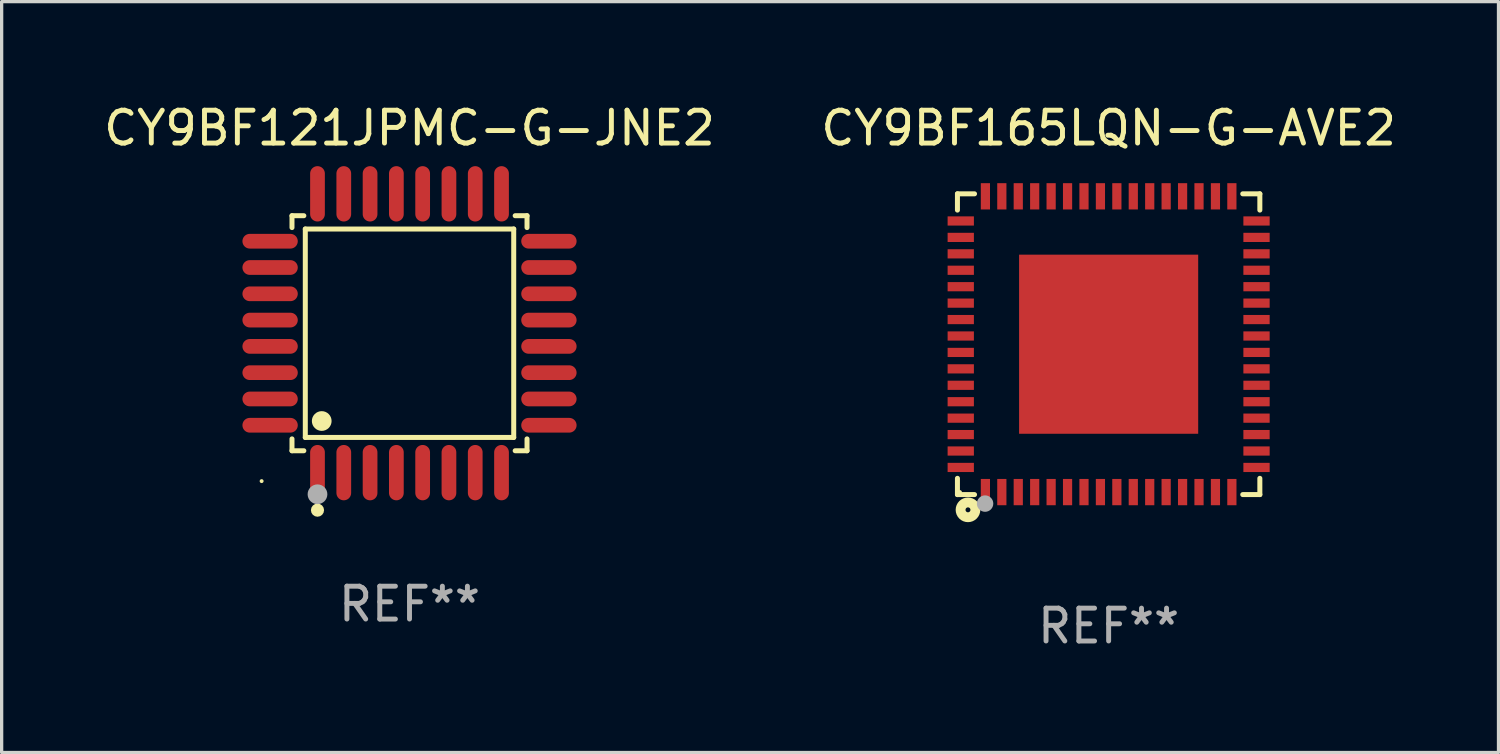
<source format=kicad_pcb>
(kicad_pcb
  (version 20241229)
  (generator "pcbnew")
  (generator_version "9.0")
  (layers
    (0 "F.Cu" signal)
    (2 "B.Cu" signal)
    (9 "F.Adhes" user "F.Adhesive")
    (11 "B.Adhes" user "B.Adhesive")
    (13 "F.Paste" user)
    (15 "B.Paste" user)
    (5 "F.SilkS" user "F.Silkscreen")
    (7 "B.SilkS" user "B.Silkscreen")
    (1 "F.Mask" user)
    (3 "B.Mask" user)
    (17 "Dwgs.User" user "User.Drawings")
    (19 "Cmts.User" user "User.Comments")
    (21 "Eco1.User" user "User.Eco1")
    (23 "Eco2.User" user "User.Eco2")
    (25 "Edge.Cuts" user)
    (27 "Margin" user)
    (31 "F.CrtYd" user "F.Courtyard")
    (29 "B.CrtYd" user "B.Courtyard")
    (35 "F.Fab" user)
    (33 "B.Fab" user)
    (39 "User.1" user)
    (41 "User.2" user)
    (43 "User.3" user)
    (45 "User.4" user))
  (footprint "CY9BF165LQN-G-AVE2"
    (layer "F.Cu")
    (at 30.685 7.424)
    (property "Reference" "CY9BF165LQN-G-AVE2" (at 0 -6.576 0) (layer "F.SilkS") (effects (font (size 1 1) (thickness 0.15))))
    (attr through_hole)
    (fp_line (start -4.601 -4.576) (end -4.081 -4.576) (stroke (width 0.152) (type solid)) (layer "F.SilkS"))
    (fp_line (start -4.601 -4.081) (end -4.601 -4.576) (stroke (width 0.152) (type solid)) (layer "F.SilkS"))
    (fp_line (start -4.601 4.081) (end -4.601 4.576) (stroke (width 0.152) (type solid)) (layer "F.SilkS"))
    (fp_line (start -4.601 4.576) (end -4.081 4.576) (stroke (width 0.152) (type solid)) (layer "F.SilkS"))
    (fp_line (start 4.601 -4.576) (end 4.081 -4.576) (stroke (width 0.152) (type solid)) (layer "F.SilkS"))
    (fp_line (start 4.601 -4.081) (end 4.601 -4.576) (stroke (width 0.152) (type solid)) (layer "F.SilkS"))
    (fp_line (start 4.601 4.081) (end 4.601 4.576) (stroke (width 0.152) (type solid)) (layer "F.SilkS"))
    (fp_line (start 4.601 4.576) (end 4.081 4.576) (stroke (width 0.152) (type solid)) (layer "F.SilkS"))
    (fp_circle (center -4.525 4.5) (end -4.495 4.5) (stroke (width 0.06) (type solid)) (fill no) (layer "F.SilkS"))
    (fp_circle (center -4.28 5.04) (end -4.205 5.04) (stroke (width 0.3) (type solid)) (fill no) (layer "F.SilkS"))
    (fp_circle (center -3.76 4.85) (end -3.635 4.85) (stroke (width 0.25) (type solid)) (fill no) (layer "F.Fab"))
    (fp_text user "REF**" (at 0 8.576 0) (layer "F.Fab") (effects (font (size 1 1) (thickness 0.15))))
    (pad "1" smd rect (at -3.75 4.5) (size 0.28 0.8) (layers "F.Cu" "F.Mask" "F.Paste"))
    (pad "2" smd rect (at -3.25 4.5) (size 0.28 0.8) (layers "F.Cu" "F.Mask" "F.Paste"))
    (pad "3" smd rect (at -2.75 4.5) (size 0.28 0.8) (layers "F.Cu" "F.Mask" "F.Paste"))
    (pad "4" smd rect (at -2.25 4.5) (size 0.28 0.8) (layers "F.Cu" "F.Mask" "F.Paste"))
    (pad "5" smd rect (at -1.75 4.5) (size 0.28 0.8) (layers "F.Cu" "F.Mask" "F.Paste"))
    (pad "6" smd rect (at -1.25 4.5) (size 0.28 0.8) (layers "F.Cu" "F.Mask" "F.Paste"))
    (pad "7" smd rect (at -0.75 4.5) (size 0.28 0.8) (layers "F.Cu" "F.Mask" "F.Paste"))
    (pad "8" smd rect (at -0.25 4.5) (size 0.28 0.8) (layers "F.Cu" "F.Mask" "F.Paste"))
    (pad "9" smd rect (at 0.25 4.5) (size 0.28 0.8) (layers "F.Cu" "F.Mask" "F.Paste"))
    (pad "10" smd rect (at 0.75 4.5) (size 0.28 0.8) (layers "F.Cu" "F.Mask" "F.Paste"))
    (pad "11" smd rect (at 1.25 4.5) (size 0.28 0.8) (layers "F.Cu" "F.Mask" "F.Paste"))
    (pad "12" smd rect (at 1.75 4.5) (size 0.28 0.8) (layers "F.Cu" "F.Mask" "F.Paste"))
    (pad "13" smd rect (at 2.25 4.5) (size 0.28 0.8) (layers "F.Cu" "F.Mask" "F.Paste"))
    (pad "14" smd rect (at 2.75 4.5) (size 0.28 0.8) (layers "F.Cu" "F.Mask" "F.Paste"))
    (pad "15" smd rect (at 3.25 4.5) (size 0.28 0.8) (layers "F.Cu" "F.Mask" "F.Paste"))
    (pad "16" smd rect (at 3.75 4.5) (size 0.28 0.8) (layers "F.Cu" "F.Mask" "F.Paste"))
    (pad "17" smd rect (at 4.5 3.75) (size 0.8 0.28) (layers "F.Cu" "F.Mask" "F.Paste"))
    (pad "18" smd rect (at 4.5 3.25) (size 0.8 0.28) (layers "F.Cu" "F.Mask" "F.Paste"))
    (pad "19" smd rect (at 4.5 2.75) (size 0.8 0.28) (layers "F.Cu" "F.Mask" "F.Paste"))
    (pad "20" smd rect (at 4.5 2.25) (size 0.8 0.28) (layers "F.Cu" "F.Mask" "F.Paste"))
    (pad "21" smd rect (at 4.5 1.75) (size 0.8 0.28) (layers "F.Cu" "F.Mask" "F.Paste"))
    (pad "22" smd rect (at 4.5 1.25) (size 0.8 0.28) (layers "F.Cu" "F.Mask" "F.Paste"))
    (pad "23" smd rect (at 4.5 0.75) (size 0.8 0.28) (layers "F.Cu" "F.Mask" "F.Paste"))
    (pad "24" smd rect (at 4.5 0.25) (size 0.8 0.28) (layers "F.Cu" "F.Mask" "F.Paste"))
    (pad "25" smd rect (at 4.5 -0.25) (size 0.8 0.28) (layers "F.Cu" "F.Mask" "F.Paste"))
    (pad "26" smd rect (at 4.5 -0.75) (size 0.8 0.28) (layers "F.Cu" "F.Mask" "F.Paste"))
    (pad "27" smd rect (at 4.5 -1.25) (size 0.8 0.28) (layers "F.Cu" "F.Mask" "F.Paste"))
    (pad "28" smd rect (at 4.5 -1.75) (size 0.8 0.28) (layers "F.Cu" "F.Mask" "F.Paste"))
    (pad "29" smd rect (at 4.5 -2.25) (size 0.8 0.28) (layers "F.Cu" "F.Mask" "F.Paste"))
    (pad "30" smd rect (at 4.5 -2.75) (size 0.8 0.28) (layers "F.Cu" "F.Mask" "F.Paste"))
    (pad "31" smd rect (at 4.5 -3.25) (size 0.8 0.28) (layers "F.Cu" "F.Mask" "F.Paste"))
    (pad "32" smd rect (at 4.5 -3.75) (size 0.8 0.28) (layers "F.Cu" "F.Mask" "F.Paste"))
    (pad "33" smd rect (at 3.75 -4.5) (size 0.28 0.8) (layers "F.Cu" "F.Mask" "F.Paste"))
    (pad "34" smd rect (at 3.25 -4.5) (size 0.28 0.8) (layers "F.Cu" "F.Mask" "F.Paste"))
    (pad "35" smd rect (at 2.75 -4.5) (size 0.28 0.8) (layers "F.Cu" "F.Mask" "F.Paste"))
    (pad "36" smd rect (at 2.25 -4.5) (size 0.28 0.8) (layers "F.Cu" "F.Mask" "F.Paste"))
    (pad "37" smd rect (at 1.75 -4.5) (size 0.28 0.8) (layers "F.Cu" "F.Mask" "F.Paste"))
    (pad "38" smd rect (at 1.25 -4.5) (size 0.28 0.8) (layers "F.Cu" "F.Mask" "F.Paste"))
    (pad "39" smd rect (at 0.75 -4.5) (size 0.28 0.8) (layers "F.Cu" "F.Mask" "F.Paste"))
    (pad "40" smd rect (at 0.25 -4.5) (size 0.28 0.8) (layers "F.Cu" "F.Mask" "F.Paste"))
    (pad "41" smd rect (at -0.25 -4.5) (size 0.28 0.8) (layers "F.Cu" "F.Mask" "F.Paste"))
    (pad "42" smd rect (at -0.75 -4.5) (size 0.28 0.8) (layers "F.Cu" "F.Mask" "F.Paste"))
    (pad "43" smd rect (at -1.25 -4.5) (size 0.28 0.8) (layers "F.Cu" "F.Mask" "F.Paste"))
    (pad "44" smd rect (at -1.75 -4.5) (size 0.28 0.8) (layers "F.Cu" "F.Mask" "F.Paste"))
    (pad "45" smd rect (at -2.25 -4.5) (size 0.28 0.8) (layers "F.Cu" "F.Mask" "F.Paste"))
    (pad "46" smd rect (at -2.75 -4.5) (size 0.28 0.8) (layers "F.Cu" "F.Mask" "F.Paste"))
    (pad "47" smd rect (at -3.25 -4.5) (size 0.28 0.8) (layers "F.Cu" "F.Mask" "F.Paste"))
    (pad "48" smd rect (at -3.75 -4.5) (size 0.28 0.8) (layers "F.Cu" "F.Mask" "F.Paste"))
    (pad "49" smd rect (at -4.5 -3.75) (size 0.8 0.28) (layers "F.Cu" "F.Mask" "F.Paste"))
    (pad "50" smd rect (at -4.5 -3.25) (size 0.8 0.28) (layers "F.Cu" "F.Mask" "F.Paste"))
    (pad "51" smd rect (at -4.5 -2.75) (size 0.8 0.28) (layers "F.Cu" "F.Mask" "F.Paste"))
    (pad "52" smd rect (at -4.5 -2.25) (size 0.8 0.28) (layers "F.Cu" "F.Mask" "F.Paste"))
    (pad "53" smd rect (at -4.5 -1.75) (size 0.8 0.28) (layers "F.Cu" "F.Mask" "F.Paste"))
    (pad "54" smd rect (at -4.5 -1.25) (size 0.8 0.28) (layers "F.Cu" "F.Mask" "F.Paste"))
    (pad "55" smd rect (at -4.5 -0.75) (size 0.8 0.28) (layers "F.Cu" "F.Mask" "F.Paste"))
    (pad "56" smd rect (at -4.5 -0.25) (size 0.8 0.28) (layers "F.Cu" "F.Mask" "F.Paste"))
    (pad "57" smd rect (at -4.5 0.25) (size 0.8 0.28) (layers "F.Cu" "F.Mask" "F.Paste"))
    (pad "58" smd rect (at -4.5 0.75) (size 0.8 0.28) (layers "F.Cu" "F.Mask" "F.Paste"))
    (pad "59" smd rect (at -4.5 1.25) (size 0.8 0.28) (layers "F.Cu" "F.Mask" "F.Paste"))
    (pad "60" smd rect (at -4.5 1.75) (size 0.8 0.28) (layers "F.Cu" "F.Mask" "F.Paste"))
    (pad "61" smd rect (at -4.5 2.25) (size 0.8 0.28) (layers "F.Cu" "F.Mask" "F.Paste"))
    (pad "62" smd rect (at -4.5 2.75) (size 0.8 0.28) (layers "F.Cu" "F.Mask" "F.Paste"))
    (pad "63" smd rect (at -4.5 3.25) (size 0.8 0.28) (layers "F.Cu" "F.Mask" "F.Paste"))
    (pad "64" smd rect (at -4.5 3.75) (size 0.8 0.28) (layers "F.Cu" "F.Mask" "F.Paste"))
    (pad "65" smd rect (at 0 0) (size 5.45 5.45) (layers "F.Cu" "F.Mask" "F.Paste")))
  (footprint "CY9BF121JPMC-G-JNE2"
    (layer "F.Cu")
    (at 9.411 7.09)
    (property "Reference" "CY9BF121JPMC-G-JNE2" (at 0 -6.242 0) (layer "F.SilkS") (effects (font (size 1 1) (thickness 0.15))))
    (attr through_hole)
    (fp_line (start -3.576 -3.576) (end -3.215 -3.576) (stroke (width 0.152) (type solid)) (layer "F.SilkS"))
    (fp_line (start -3.576 -3.215) (end -3.576 -3.576) (stroke (width 0.152) (type solid)) (layer "F.SilkS"))
    (fp_line (start -3.576 3.215) (end -3.576 3.576) (stroke (width 0.152) (type solid)) (layer "F.SilkS"))
    (fp_line (start -3.576 3.576) (end -3.215 3.576) (stroke (width 0.152) (type solid)) (layer "F.SilkS"))
    (fp_line (start -3.171 -3.171) (end 3.171 -3.171) (stroke (width 0.152) (type solid)) (layer "F.SilkS"))
    (fp_line (start -3.171 3.171) (end -3.171 -3.171) (stroke (width 0.152) (type solid)) (layer "F.SilkS"))
    (fp_line (start 3.171 -3.171) (end 3.171 3.171) (stroke (width 0.152) (type solid)) (layer "F.SilkS"))
    (fp_line (start 3.171 3.171) (end -3.171 3.171) (stroke (width 0.152) (type solid)) (layer "F.SilkS"))
    (fp_line (start 3.576 -3.576) (end 3.215 -3.576) (stroke (width 0.152) (type solid)) (layer "F.SilkS"))
    (fp_line (start 3.576 -3.215) (end 3.576 -3.576) (stroke (width 0.152) (type solid)) (layer "F.SilkS"))
    (fp_line (start 3.576 3.215) (end 3.576 3.576) (stroke (width 0.152) (type solid)) (layer "F.SilkS"))
    (fp_line (start 3.576 3.576) (end 3.215 3.576) (stroke (width 0.152) (type solid)) (layer "F.SilkS"))
    (fp_circle (center -4.5 4.5) (end -4.47 4.5) (stroke (width 0.06) (type solid)) (fill no) (layer "F.SilkS"))
    (fp_circle (center -2.8 5.384) (end -2.7 5.384) (stroke (width 0.2) (type solid)) (fill no) (layer "F.SilkS"))
    (fp_circle (center -2.671 2.671) (end -2.521 2.671) (stroke (width 0.3) (type solid)) (fill no) (layer "F.SilkS"))
    (fp_circle (center -2.8 4.9) (end -2.65 4.9) (stroke (width 0.3) (type solid)) (fill no) (layer "F.Fab"))
    (fp_text user "REF**" (at 0 8.242 0) (layer "F.Fab") (effects (font (size 1 1) (thickness 0.15))))
    (pad "1" smd oval (at -2.8 4.242) (size 0.448 1.684) (layers "F.Cu" "F.Mask" "F.Paste"))
    (pad "2" smd oval (at -2 4.242) (size 0.448 1.684) (layers "F.Cu" "F.Mask" "F.Paste"))
    (pad "3" smd oval (at -1.2 4.242) (size 0.448 1.684) (layers "F.Cu" "F.Mask" "F.Paste"))
    (pad "4" smd oval (at -0.4 4.242) (size 0.448 1.684) (layers "F.Cu" "F.Mask" "F.Paste"))
    (pad "5" smd oval (at 0.4 4.242) (size 0.448 1.684) (layers "F.Cu" "F.Mask" "F.Paste"))
    (pad "6" smd oval (at 1.2 4.242) (size 0.448 1.684) (layers "F.Cu" "F.Mask" "F.Paste"))
    (pad "7" smd oval (at 2 4.242) (size 0.448 1.684) (layers "F.Cu" "F.Mask" "F.Paste"))
    (pad "8" smd oval (at 2.8 4.242) (size 0.448 1.684) (layers "F.Cu" "F.Mask" "F.Paste"))
    (pad "9" smd oval (at 4.242 2.8) (size 1.684 0.448) (layers "F.Cu" "F.Mask" "F.Paste"))
    (pad "10" smd oval (at 4.242 2) (size 1.684 0.448) (layers "F.Cu" "F.Mask" "F.Paste"))
    (pad "11" smd oval (at 4.242 1.2) (size 1.684 0.448) (layers "F.Cu" "F.Mask" "F.Paste"))
    (pad "12" smd oval (at 4.242 0.4) (size 1.684 0.448) (layers "F.Cu" "F.Mask" "F.Paste"))
    (pad "13" smd oval (at 4.242 -0.4) (size 1.684 0.448) (layers "F.Cu" "F.Mask" "F.Paste"))
    (pad "14" smd oval (at 4.242 -1.2) (size 1.684 0.448) (layers "F.Cu" "F.Mask" "F.Paste"))
    (pad "15" smd oval (at 4.242 -2) (size 1.684 0.448) (layers "F.Cu" "F.Mask" "F.Paste"))
    (pad "16" smd oval (at 4.242 -2.8) (size 1.684 0.448) (layers "F.Cu" "F.Mask" "F.Paste"))
    (pad "17" smd oval (at 2.8 -4.242) (size 0.448 1.684) (layers "F.Cu" "F.Mask" "F.Paste"))
    (pad "18" smd oval (at 2 -4.242) (size 0.448 1.684) (layers "F.Cu" "F.Mask" "F.Paste"))
    (pad "19" smd oval (at 1.2 -4.242) (size 0.448 1.684) (layers "F.Cu" "F.Mask" "F.Paste"))
    (pad "20" smd oval (at 0.4 -4.242) (size 0.448 1.684) (layers "F.Cu" "F.Mask" "F.Paste"))
    (pad "21" smd oval (at -0.4 -4.242) (size 0.448 1.684) (layers "F.Cu" "F.Mask" "F.Paste"))
    (pad "22" smd oval (at -1.2 -4.242) (size 0.448 1.684) (layers "F.Cu" "F.Mask" "F.Paste"))
    (pad "23" smd oval (at -2 -4.242) (size 0.448 1.684) (layers "F.Cu" "F.Mask" "F.Paste"))
    (pad "24" smd oval (at -2.8 -4.242) (size 0.448 1.684) (layers "F.Cu" "F.Mask" "F.Paste"))
    (pad "25" smd oval (at -4.242 -2.8) (size 1.684 0.448) (layers "F.Cu" "F.Mask" "F.Paste"))
    (pad "26" smd oval (at -4.242 -2) (size 1.684 0.448) (layers "F.Cu" "F.Mask" "F.Paste"))
    (pad "27" smd oval (at -4.242 -1.2) (size 1.684 0.448) (layers "F.Cu" "F.Mask" "F.Paste"))
    (pad "28" smd oval (at -4.242 -0.4) (size 1.684 0.448) (layers "F.Cu" "F.Mask" "F.Paste"))
    (pad "29" smd oval (at -4.242 0.4) (size 1.684 0.448) (layers "F.Cu" "F.Mask" "F.Paste"))
    (pad "30" smd oval (at -4.242 1.2) (size 1.684 0.448) (layers "F.Cu" "F.Mask" "F.Paste"))
    (pad "31" smd oval (at -4.242 2) (size 1.684 0.448) (layers "F.Cu" "F.Mask" "F.Paste"))
    (pad "32" smd oval (at -4.242 2.8) (size 1.684 0.448) (layers "F.Cu" "F.Mask" "F.Paste")))
  (gr_rect
    (start -3 -3)
    (end 42.548 19.849)
    (stroke (width 0.1) (type default))
    (fill no)
    (layer "Edge.Cuts")))
</source>
